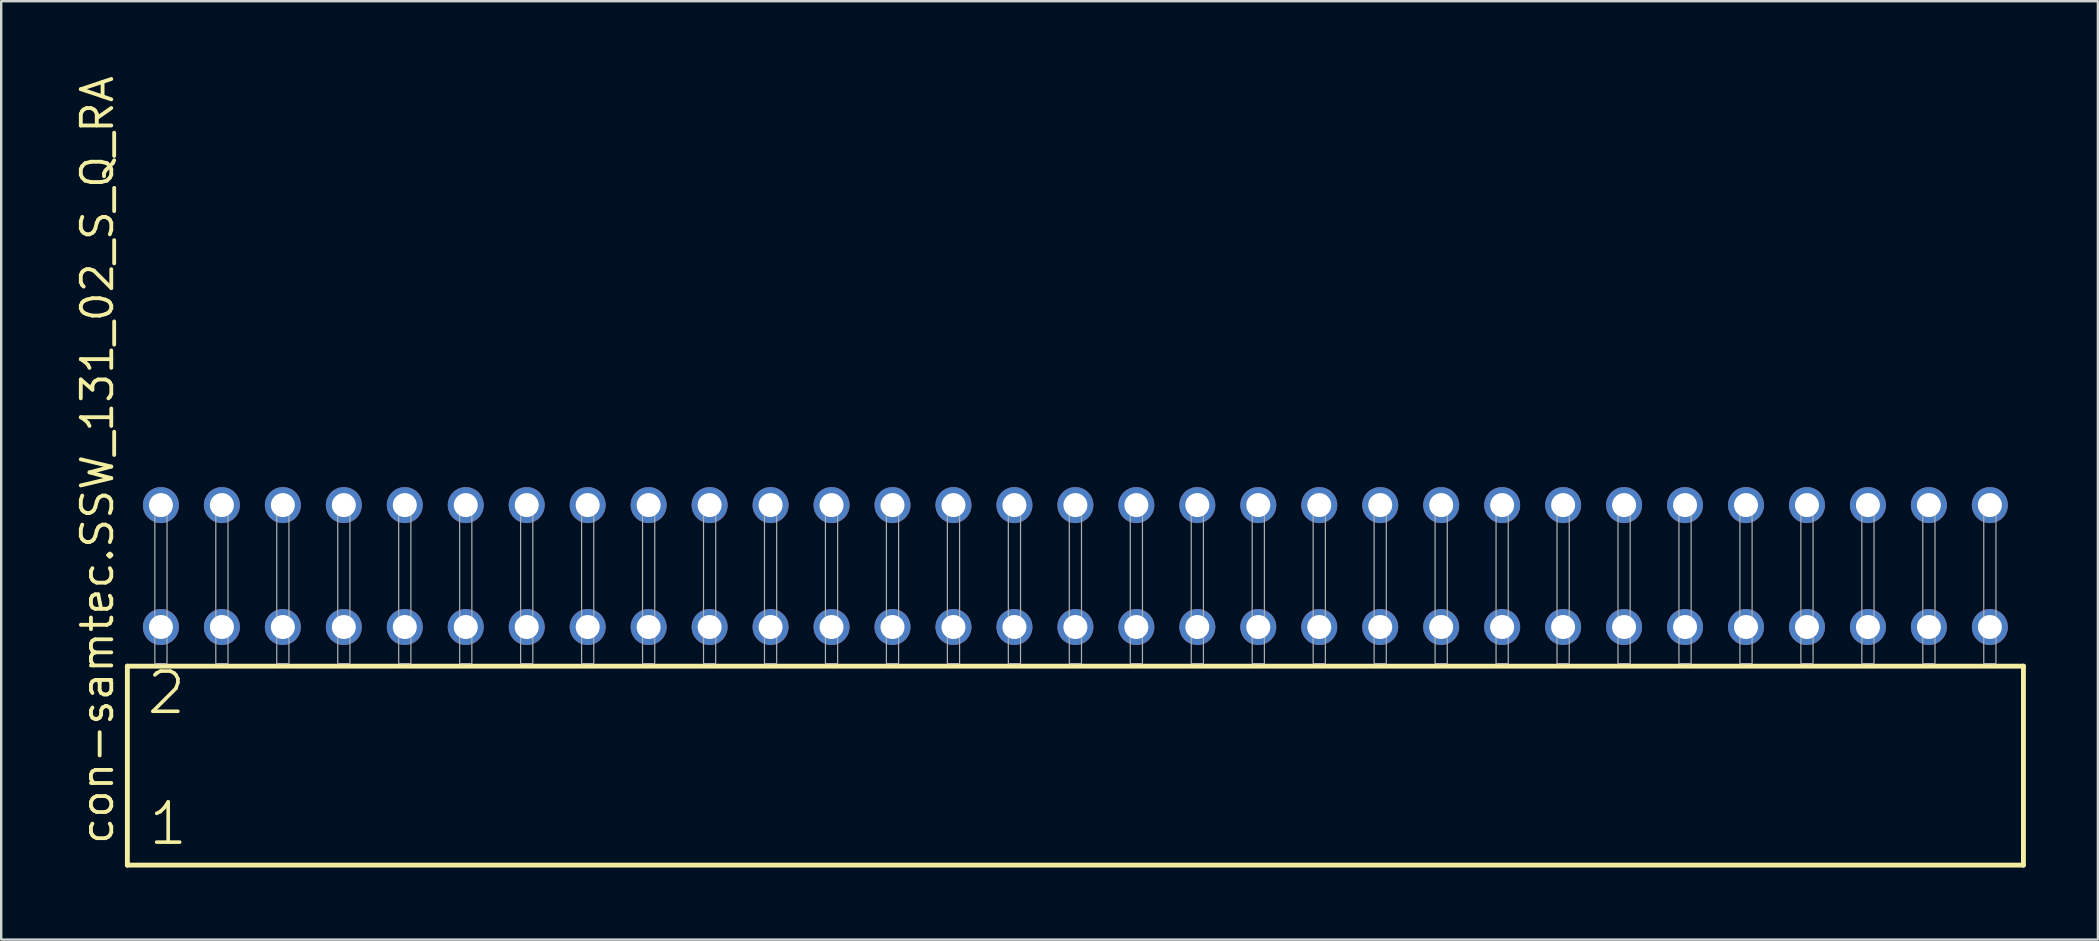
<source format=kicad_pcb>
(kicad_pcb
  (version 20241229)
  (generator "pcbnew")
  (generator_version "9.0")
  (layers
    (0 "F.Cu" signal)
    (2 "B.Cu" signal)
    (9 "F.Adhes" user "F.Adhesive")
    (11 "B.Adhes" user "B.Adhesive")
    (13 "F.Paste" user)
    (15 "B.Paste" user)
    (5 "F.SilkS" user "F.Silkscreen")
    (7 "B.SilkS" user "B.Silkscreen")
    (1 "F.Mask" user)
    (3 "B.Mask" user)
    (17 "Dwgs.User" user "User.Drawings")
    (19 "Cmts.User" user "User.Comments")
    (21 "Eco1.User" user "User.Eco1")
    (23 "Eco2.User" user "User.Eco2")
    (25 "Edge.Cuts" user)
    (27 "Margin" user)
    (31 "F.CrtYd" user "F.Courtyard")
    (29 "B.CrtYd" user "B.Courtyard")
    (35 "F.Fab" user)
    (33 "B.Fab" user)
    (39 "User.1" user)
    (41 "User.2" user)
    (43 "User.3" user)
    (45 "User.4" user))
  (footprint "con-samtec.SSW_131_02_S_Q_RA"
    (layer "F.Cu")
    (at 41.755 24.598)
    (property "Reference" "con-samtec.SSW_131_02_S_Q_RA" (at -40.005 7.62 90) (layer "F.SilkS") (effects (font (size 1.27 1.27) (thickness 0.16)) (justify left bottom)))
    (attr through_hole)
    (fp_line (start -39.499 0.106) (end -39.499 8.396) (stroke (width 0.203) (type default)) (layer "F.SilkS"))
    (fp_line (start -39.499 8.396) (end 39.499 8.396) (stroke (width 0.203) (type default)) (layer "F.SilkS"))
    (fp_line (start 39.499 0.106) (end -39.499 0.106) (stroke (width 0.203) (type default)) (layer "F.SilkS"))
    (fp_line (start 39.499 8.396) (end 39.499 0.106) (stroke (width 0.203) (type default)) (layer "F.SilkS"))
    (fp_rect (start -38.354 0) (end -37.846 -6.858) (stroke (width 0.05) (type default)) (fill no) (layer "F.Fab"))
    (fp_rect (start -35.814 0) (end -35.306 -6.858) (stroke (width 0.05) (type default)) (fill no) (layer "F.Fab"))
    (fp_rect (start -33.274 0) (end -32.766 -6.858) (stroke (width 0.05) (type default)) (fill no) (layer "F.Fab"))
    (fp_rect (start -30.734 0) (end -30.226 -6.858) (stroke (width 0.05) (type default)) (fill no) (layer "F.Fab"))
    (fp_rect (start -28.194 0) (end -27.686 -6.858) (stroke (width 0.05) (type default)) (fill no) (layer "F.Fab"))
    (fp_rect (start -25.654 0) (end -25.146 -6.858) (stroke (width 0.05) (type default)) (fill no) (layer "F.Fab"))
    (fp_rect (start -23.114 0) (end -22.606 -6.858) (stroke (width 0.05) (type default)) (fill no) (layer "F.Fab"))
    (fp_rect (start -20.574 0) (end -20.066 -6.858) (stroke (width 0.05) (type default)) (fill no) (layer "F.Fab"))
    (fp_rect (start -18.034 0) (end -17.526 -6.858) (stroke (width 0.05) (type default)) (fill no) (layer "F.Fab"))
    (fp_rect (start -15.494 0) (end -14.986 -6.858) (stroke (width 0.05) (type default)) (fill no) (layer "F.Fab"))
    (fp_rect (start -12.954 0) (end -12.446 -6.858) (stroke (width 0.05) (type default)) (fill no) (layer "F.Fab"))
    (fp_rect (start -10.414 0) (end -9.906 -6.858) (stroke (width 0.05) (type default)) (fill no) (layer "F.Fab"))
    (fp_rect (start -7.874 0) (end -7.366 -6.858) (stroke (width 0.05) (type default)) (fill no) (layer "F.Fab"))
    (fp_rect (start -5.334 0) (end -4.826 -6.858) (stroke (width 0.05) (type default)) (fill no) (layer "F.Fab"))
    (fp_rect (start -2.794 0) (end -2.286 -6.858) (stroke (width 0.05) (type default)) (fill no) (layer "F.Fab"))
    (fp_rect (start -0.254 0) (end 0.254 -6.858) (stroke (width 0.05) (type default)) (fill no) (layer "F.Fab"))
    (fp_rect (start 2.286 0) (end 2.794 -6.858) (stroke (width 0.05) (type default)) (fill no) (layer "F.Fab"))
    (fp_rect (start 4.826 0) (end 5.334 -6.858) (stroke (width 0.05) (type default)) (fill no) (layer "F.Fab"))
    (fp_rect (start 7.366 0) (end 7.874 -6.858) (stroke (width 0.05) (type default)) (fill no) (layer "F.Fab"))
    (fp_rect (start 9.906 0) (end 10.414 -6.858) (stroke (width 0.05) (type default)) (fill no) (layer "F.Fab"))
    (fp_rect (start 12.446 0) (end 12.954 -6.858) (stroke (width 0.05) (type default)) (fill no) (layer "F.Fab"))
    (fp_rect (start 14.986 0) (end 15.494 -6.858) (stroke (width 0.05) (type default)) (fill no) (layer "F.Fab"))
    (fp_rect (start 17.526 0) (end 18.034 -6.858) (stroke (width 0.05) (type default)) (fill no) (layer "F.Fab"))
    (fp_rect (start 20.066 0) (end 20.574 -6.858) (stroke (width 0.05) (type default)) (fill no) (layer "F.Fab"))
    (fp_rect (start 22.606 0) (end 23.114 -6.858) (stroke (width 0.05) (type default)) (fill no) (layer "F.Fab"))
    (fp_rect (start 25.146 0) (end 25.654 -6.858) (stroke (width 0.05) (type default)) (fill no) (layer "F.Fab"))
    (fp_rect (start 27.686 0) (end 28.194 -6.858) (stroke (width 0.05) (type default)) (fill no) (layer "F.Fab"))
    (fp_rect (start 30.226 0) (end 30.734 -6.858) (stroke (width 0.05) (type default)) (fill no) (layer "F.Fab"))
    (fp_rect (start 32.766 0) (end 33.274 -6.858) (stroke (width 0.05) (type default)) (fill no) (layer "F.Fab"))
    (fp_rect (start 35.306 0) (end 35.814 -6.858) (stroke (width 0.05) (type default)) (fill no) (layer "F.Fab"))
    (fp_rect (start 37.846 0) (end 38.354 -6.858) (stroke (width 0.05) (type default)) (fill no) (layer "F.Fab"))
    (fp_text user "2" (at -38.77 2.2 0) (layer "F.SilkS") (effects (font (size 1.676 1.676) (thickness 0.15)) (justify left bottom)))
    (fp_text user "1" (at -38.695 7.65 0) (layer "F.SilkS") (effects (font (size 1.676 1.676) (thickness 0.15)) (justify left bottom)))
    (pad "1" thru_hole circle (at -38.1 -1.524) (size 1.5 1.5) (drill 1) (layers "*.Cu" "*.Mask"))
    (pad "2" thru_hole circle (at -38.1 -6.604) (size 1.5 1.5) (drill 1) (layers "*.Cu" "*.Mask"))
    (pad "3" thru_hole circle (at -35.56 -1.524) (size 1.5 1.5) (drill 1) (layers "*.Cu" "*.Mask"))
    (pad "4" thru_hole circle (at -35.56 -6.604) (size 1.5 1.5) (drill 1) (layers "*.Cu" "*.Mask"))
    (pad "5" thru_hole circle (at -33.02 -1.524) (size 1.5 1.5) (drill 1) (layers "*.Cu" "*.Mask"))
    (pad "6" thru_hole circle (at -33.02 -6.604) (size 1.5 1.5) (drill 1) (layers "*.Cu" "*.Mask"))
    (pad "7" thru_hole circle (at -30.48 -1.524) (size 1.5 1.5) (drill 1) (layers "*.Cu" "*.Mask"))
    (pad "8" thru_hole circle (at -30.48 -6.604) (size 1.5 1.5) (drill 1) (layers "*.Cu" "*.Mask"))
    (pad "9" thru_hole circle (at -27.94 -1.524) (size 1.5 1.5) (drill 1) (layers "*.Cu" "*.Mask"))
    (pad "10" thru_hole circle (at -27.94 -6.604) (size 1.5 1.5) (drill 1) (layers "*.Cu" "*.Mask"))
    (pad "11" thru_hole circle (at -25.4 -1.524) (size 1.5 1.5) (drill 1) (layers "*.Cu" "*.Mask"))
    (pad "12" thru_hole circle (at -25.4 -6.604) (size 1.5 1.5) (drill 1) (layers "*.Cu" "*.Mask"))
    (pad "13" thru_hole circle (at -22.86 -1.524) (size 1.5 1.5) (drill 1) (layers "*.Cu" "*.Mask"))
    (pad "14" thru_hole circle (at -22.86 -6.604) (size 1.5 1.5) (drill 1) (layers "*.Cu" "*.Mask"))
    (pad "15" thru_hole circle (at -20.32 -1.524) (size 1.5 1.5) (drill 1) (layers "*.Cu" "*.Mask"))
    (pad "16" thru_hole circle (at -20.32 -6.604) (size 1.5 1.5) (drill 1) (layers "*.Cu" "*.Mask"))
    (pad "17" thru_hole circle (at -17.78 -1.524) (size 1.5 1.5) (drill 1) (layers "*.Cu" "*.Mask"))
    (pad "18" thru_hole circle (at -17.78 -6.604) (size 1.5 1.5) (drill 1) (layers "*.Cu" "*.Mask"))
    (pad "19" thru_hole circle (at -15.24 -1.524) (size 1.5 1.5) (drill 1) (layers "*.Cu" "*.Mask"))
    (pad "20" thru_hole circle (at -15.24 -6.604) (size 1.5 1.5) (drill 1) (layers "*.Cu" "*.Mask"))
    (pad "21" thru_hole circle (at -12.7 -1.524) (size 1.5 1.5) (drill 1) (layers "*.Cu" "*.Mask"))
    (pad "22" thru_hole circle (at -12.7 -6.604) (size 1.5 1.5) (drill 1) (layers "*.Cu" "*.Mask"))
    (pad "23" thru_hole circle (at -10.16 -1.524) (size 1.5 1.5) (drill 1) (layers "*.Cu" "*.Mask"))
    (pad "24" thru_hole circle (at -10.16 -6.604) (size 1.5 1.5) (drill 1) (layers "*.Cu" "*.Mask"))
    (pad "25" thru_hole circle (at -7.62 -1.524) (size 1.5 1.5) (drill 1) (layers "*.Cu" "*.Mask"))
    (pad "26" thru_hole circle (at -7.62 -6.604) (size 1.5 1.5) (drill 1) (layers "*.Cu" "*.Mask"))
    (pad "27" thru_hole circle (at -5.08 -1.524) (size 1.5 1.5) (drill 1) (layers "*.Cu" "*.Mask"))
    (pad "28" thru_hole circle (at -5.08 -6.604) (size 1.5 1.5) (drill 1) (layers "*.Cu" "*.Mask"))
    (pad "29" thru_hole circle (at -2.54 -1.524) (size 1.5 1.5) (drill 1) (layers "*.Cu" "*.Mask"))
    (pad "30" thru_hole circle (at -2.54 -6.604) (size 1.5 1.5) (drill 1) (layers "*.Cu" "*.Mask"))
    (pad "31" thru_hole circle (at 0 -1.524) (size 1.5 1.5) (drill 1) (layers "*.Cu" "*.Mask"))
    (pad "32" thru_hole circle (at 0 -6.604) (size 1.5 1.5) (drill 1) (layers "*.Cu" "*.Mask"))
    (pad "33" thru_hole circle (at 2.54 -1.524) (size 1.5 1.5) (drill 1) (layers "*.Cu" "*.Mask"))
    (pad "34" thru_hole circle (at 2.54 -6.604) (size 1.5 1.5) (drill 1) (layers "*.Cu" "*.Mask"))
    (pad "35" thru_hole circle (at 5.08 -1.524) (size 1.5 1.5) (drill 1) (layers "*.Cu" "*.Mask"))
    (pad "36" thru_hole circle (at 5.08 -6.604) (size 1.5 1.5) (drill 1) (layers "*.Cu" "*.Mask"))
    (pad "37" thru_hole circle (at 7.62 -1.524) (size 1.5 1.5) (drill 1) (layers "*.Cu" "*.Mask"))
    (pad "38" thru_hole circle (at 7.62 -6.604) (size 1.5 1.5) (drill 1) (layers "*.Cu" "*.Mask"))
    (pad "39" thru_hole circle (at 10.16 -1.524) (size 1.5 1.5) (drill 1) (layers "*.Cu" "*.Mask"))
    (pad "40" thru_hole circle (at 10.16 -6.604) (size 1.5 1.5) (drill 1) (layers "*.Cu" "*.Mask"))
    (pad "41" thru_hole circle (at 12.7 -1.524) (size 1.5 1.5) (drill 1) (layers "*.Cu" "*.Mask"))
    (pad "42" thru_hole circle (at 12.7 -6.604) (size 1.5 1.5) (drill 1) (layers "*.Cu" "*.Mask"))
    (pad "43" thru_hole circle (at 15.24 -1.524) (size 1.5 1.5) (drill 1) (layers "*.Cu" "*.Mask"))
    (pad "44" thru_hole circle (at 15.24 -6.604) (size 1.5 1.5) (drill 1) (layers "*.Cu" "*.Mask"))
    (pad "45" thru_hole circle (at 17.78 -1.524) (size 1.5 1.5) (drill 1) (layers "*.Cu" "*.Mask"))
    (pad "46" thru_hole circle (at 17.78 -6.604) (size 1.5 1.5) (drill 1) (layers "*.Cu" "*.Mask"))
    (pad "47" thru_hole circle (at 20.32 -1.524) (size 1.5 1.5) (drill 1) (layers "*.Cu" "*.Mask"))
    (pad "48" thru_hole circle (at 20.32 -6.604) (size 1.5 1.5) (drill 1) (layers "*.Cu" "*.Mask"))
    (pad "49" thru_hole circle (at 22.86 -1.524) (size 1.5 1.5) (drill 1) (layers "*.Cu" "*.Mask"))
    (pad "50" thru_hole circle (at 22.86 -6.604) (size 1.5 1.5) (drill 1) (layers "*.Cu" "*.Mask"))
    (pad "51" thru_hole circle (at 25.4 -1.524) (size 1.5 1.5) (drill 1) (layers "*.Cu" "*.Mask"))
    (pad "52" thru_hole circle (at 25.4 -6.604) (size 1.5 1.5) (drill 1) (layers "*.Cu" "*.Mask"))
    (pad "53" thru_hole circle (at 27.94 -1.524) (size 1.5 1.5) (drill 1) (layers "*.Cu" "*.Mask"))
    (pad "54" thru_hole circle (at 27.94 -6.604) (size 1.5 1.5) (drill 1) (layers "*.Cu" "*.Mask"))
    (pad "55" thru_hole circle (at 30.48 -1.524) (size 1.5 1.5) (drill 1) (layers "*.Cu" "*.Mask"))
    (pad "56" thru_hole circle (at 30.48 -6.604) (size 1.5 1.5) (drill 1) (layers "*.Cu" "*.Mask"))
    (pad "57" thru_hole circle (at 33.02 -1.524) (size 1.5 1.5) (drill 1) (layers "*.Cu" "*.Mask"))
    (pad "58" thru_hole circle (at 33.02 -6.604) (size 1.5 1.5) (drill 1) (layers "*.Cu" "*.Mask"))
    (pad "59" thru_hole circle (at 35.56 -1.524) (size 1.5 1.5) (drill 1) (layers "*.Cu" "*.Mask"))
    (pad "60" thru_hole circle (at 35.56 -6.604) (size 1.5 1.5) (drill 1) (layers "*.Cu" "*.Mask"))
    (pad "61" thru_hole circle (at 38.1 -1.524) (size 1.5 1.5) (drill 1) (layers "*.Cu" "*.Mask"))
    (pad "62" thru_hole circle (at 38.1 -6.604) (size 1.5 1.5) (drill 1) (layers "*.Cu" "*.Mask")))
  (gr_rect
    (start -3 -3)
    (end 84.356 36.096)
    (stroke (width 0.1) (type default))
    (fill no)
    (layer "Edge.Cuts")))
</source>
